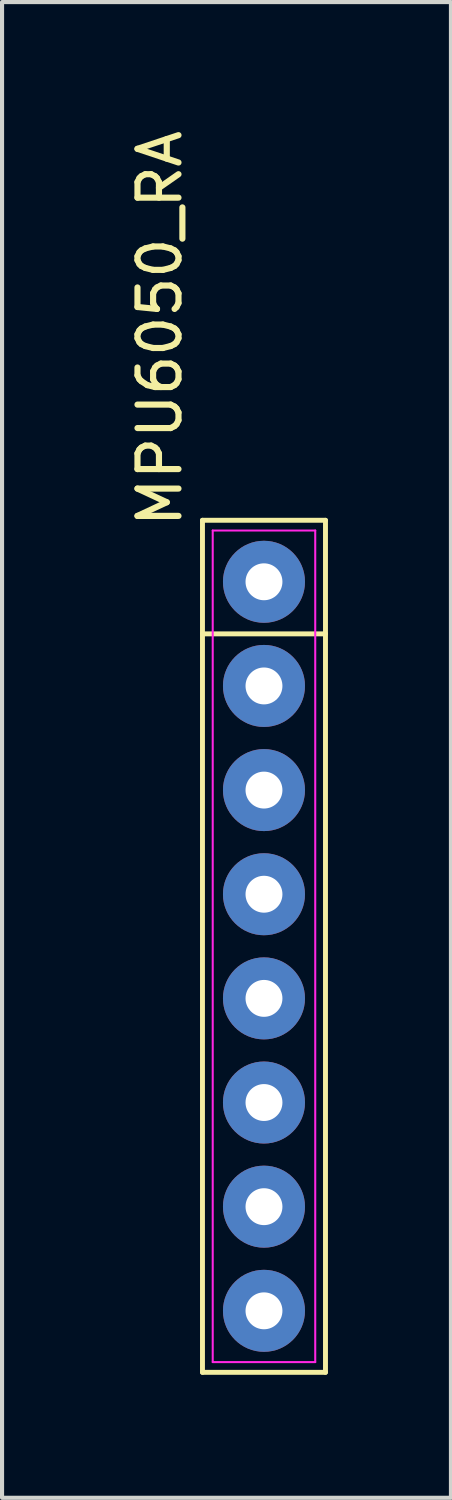
<source format=kicad_pcb>
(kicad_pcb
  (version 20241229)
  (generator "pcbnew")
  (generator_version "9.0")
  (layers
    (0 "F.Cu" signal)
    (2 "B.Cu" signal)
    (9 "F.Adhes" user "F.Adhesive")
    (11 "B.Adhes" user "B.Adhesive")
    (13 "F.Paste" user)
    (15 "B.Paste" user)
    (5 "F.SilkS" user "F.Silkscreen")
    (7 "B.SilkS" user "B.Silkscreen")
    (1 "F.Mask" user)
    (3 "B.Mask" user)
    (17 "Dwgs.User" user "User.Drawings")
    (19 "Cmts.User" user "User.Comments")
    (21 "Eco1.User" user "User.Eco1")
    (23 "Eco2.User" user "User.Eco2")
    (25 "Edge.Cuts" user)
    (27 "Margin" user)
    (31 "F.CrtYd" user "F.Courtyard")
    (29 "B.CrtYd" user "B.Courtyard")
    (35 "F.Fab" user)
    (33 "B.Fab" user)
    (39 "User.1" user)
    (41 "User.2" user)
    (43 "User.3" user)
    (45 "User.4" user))
  (footprint "MPU6050_RA"
    (layer "F.Cu")
    (at 3.388 20.029)
    (property "Reference" "MPU6050_RA" (at -2.54 -10.16 270) (layer "F.SilkS") (effects (font (size 1 1) (thickness 0.15)) (justify left)))
    (attr through_hole)
    (fp_line (start -1.5 -10.39) (end 1.5 -10.39) (stroke (width 0.12) (type solid)) (layer "F.SilkS"))
    (fp_line (start -1.5 10.39) (end -1.5 -10.39) (stroke (width 0.12) (type solid)) (layer "F.SilkS"))
    (fp_line (start 1.5 -10.39) (end 1.5 10.39) (stroke (width 0.12) (type solid)) (layer "F.SilkS"))
    (fp_line (start 1.5 -7.62) (end -1.5 -7.62) (stroke (width 0.12) (type solid)) (layer "F.SilkS"))
    (fp_line (start 1.5 10.39) (end -1.5 10.39) (stroke (width 0.12) (type solid)) (layer "F.SilkS"))
    (fp_line (start -1.25 -10.14) (end 1.25 -10.14) (stroke (width 0.05) (type solid)) (layer "F.CrtYd"))
    (fp_line (start -1.25 10.14) (end -1.25 -10.14) (stroke (width 0.05) (type solid)) (layer "F.CrtYd"))
    (fp_line (start 1.25 -10.14) (end 1.25 10.14) (stroke (width 0.05) (type solid)) (layer "F.CrtYd"))
    (fp_line (start 1.25 10.14) (end -1.25 10.14) (stroke (width 0.05) (type solid)) (layer "F.CrtYd"))
    (pad "AD0" thru_hole circle (at 0 6.35 270) (size 2 2) (drill 0.9) (layers "*.Cu" "*.Mask"))
    (pad "GND" thru_hole circle (at 0 -6.35 270) (size 2 2) (drill 0.9) (layers "*.Cu" "*.Mask"))
    (pad "INT" thru_hole circle (at 0 8.89 270) (size 2 2) (drill 0.9) (layers "*.Cu" "*.Mask"))
    (pad "SCL" thru_hole circle (at 0 -3.81 270) (size 2 2) (drill 0.9) (layers "*.Cu" "*.Mask"))
    (pad "SDA" thru_hole circle (at 0 -1.27 270) (size 2 2) (drill 0.9) (layers "*.Cu" "*.Mask"))
    (pad "VCC" thru_hole circle (at 0 -8.89 270) (size 2 2) (drill 0.9) (layers "*.Cu" "*.Mask"))
    (pad "XCL" thru_hole circle (at 0 3.81 270) (size 2 2) (drill 0.9) (layers "*.Cu" "*.Mask"))
    (pad "XDA" thru_hole circle (at 0 1.27 270) (size 2 2) (drill 0.9) (layers "*.Cu" "*.Mask")))
  (gr_rect
    (start -3 -3)
    (end 7.948 33.479)
    (stroke (width 0.1) (type default))
    (fill no)
    (layer "Edge.Cuts")))
</source>
